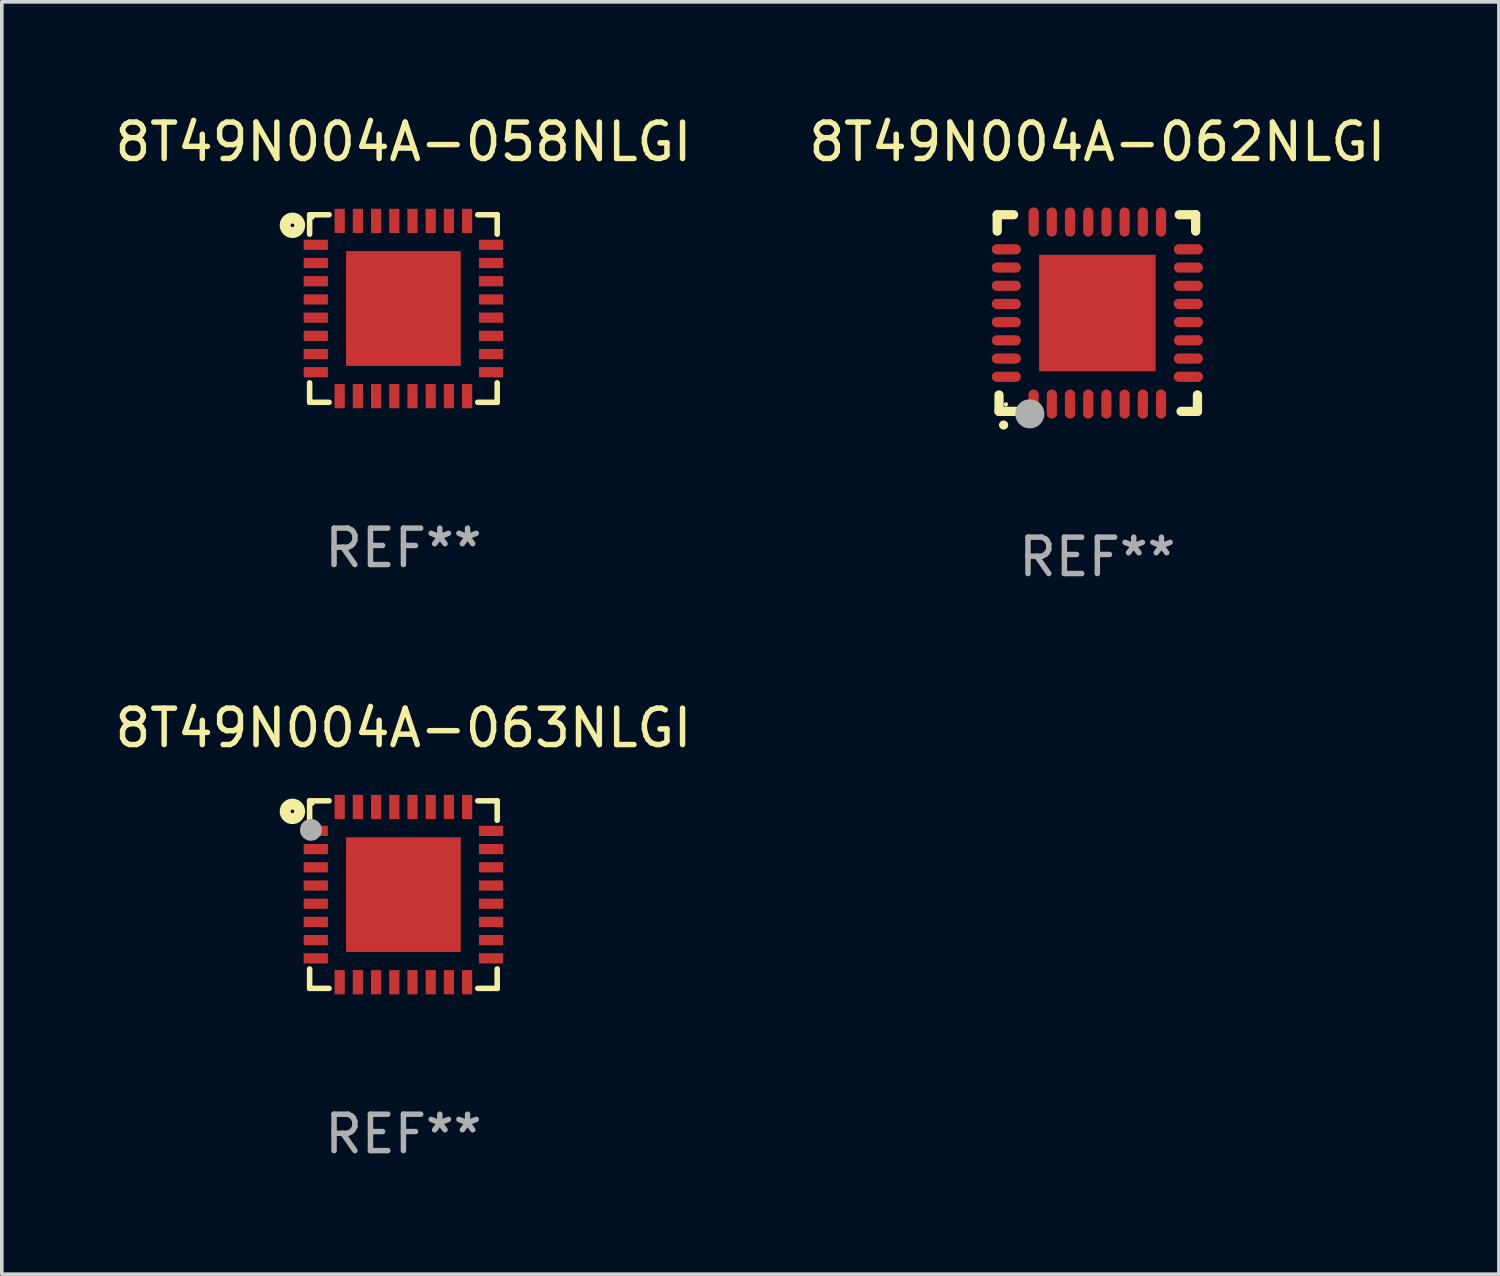
<source format=kicad_pcb>
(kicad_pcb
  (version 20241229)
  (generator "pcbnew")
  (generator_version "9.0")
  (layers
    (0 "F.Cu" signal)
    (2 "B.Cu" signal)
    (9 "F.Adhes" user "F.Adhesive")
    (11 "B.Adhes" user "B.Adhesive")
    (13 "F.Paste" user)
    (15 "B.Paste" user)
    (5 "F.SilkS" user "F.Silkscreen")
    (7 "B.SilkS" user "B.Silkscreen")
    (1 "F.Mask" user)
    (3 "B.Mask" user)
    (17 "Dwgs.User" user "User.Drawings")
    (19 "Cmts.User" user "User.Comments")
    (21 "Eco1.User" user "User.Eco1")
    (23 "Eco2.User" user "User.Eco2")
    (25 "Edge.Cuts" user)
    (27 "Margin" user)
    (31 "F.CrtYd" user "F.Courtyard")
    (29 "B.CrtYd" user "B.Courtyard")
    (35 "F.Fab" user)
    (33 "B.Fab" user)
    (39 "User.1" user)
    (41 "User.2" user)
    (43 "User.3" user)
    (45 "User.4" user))
  (footprint "8T49N004A-063NLGI"
    (layer "F.Cu")
    (at 8.03 21.521)
    (property "Reference" "8T49N004A-063NLGI" (at 0 -4.576 0) (layer "F.SilkS") (effects (font (size 1 1) (thickness 0.15))))
    (attr through_hole)
    (fp_line (start -2.576 -2.576) (end -2.042 -2.576) (stroke (width 0.152) (type solid)) (layer "F.SilkS"))
    (fp_line (start -2.576 -2.042) (end -2.576 -2.576) (stroke (width 0.152) (type solid)) (layer "F.SilkS"))
    (fp_line (start -2.576 2.042) (end -2.576 2.576) (stroke (width 0.152) (type solid)) (layer "F.SilkS"))
    (fp_line (start -2.576 2.576) (end -2.042 2.576) (stroke (width 0.152) (type solid)) (layer "F.SilkS"))
    (fp_line (start 2.576 -2.576) (end 2.042 -2.576) (stroke (width 0.152) (type solid)) (layer "F.SilkS"))
    (fp_line (start 2.576 -2.042) (end 2.576 -2.576) (stroke (width 0.152) (type solid)) (layer "F.SilkS"))
    (fp_line (start 2.576 2.042) (end 2.576 2.576) (stroke (width 0.152) (type solid)) (layer "F.SilkS"))
    (fp_line (start 2.576 2.576) (end 2.042 2.576) (stroke (width 0.152) (type solid)) (layer "F.SilkS"))
    (fp_circle (center -3.048 -2.286) (end -2.848 -2.286) (stroke (width 0.3) (type solid)) (fill no) (layer "F.SilkS"))
    (fp_circle (center -2.5 -2.5) (end -2.47 -2.5) (stroke (width 0.06) (type solid)) (fill no) (layer "F.SilkS"))
    (fp_circle (center -2.54 -1.778) (end -2.39 -1.778) (stroke (width 0.3) (type solid)) (fill no) (layer "F.Fab"))
    (fp_text user "REF**" (at 0 6.576 0) (layer "F.Fab") (effects (font (size 1 1) (thickness 0.15))))
    (pad "1" smd rect (at -2.407 -1.75) (size 0.665 0.28) (layers "F.Cu" "F.Mask" "F.Paste"))
    (pad "2" smd rect (at -2.407 -1.25) (size 0.665 0.28) (layers "F.Cu" "F.Mask" "F.Paste"))
    (pad "3" smd rect (at -2.407 -0.75) (size 0.665 0.28) (layers "F.Cu" "F.Mask" "F.Paste"))
    (pad "4" smd rect (at -2.407 -0.25) (size 0.665 0.28) (layers "F.Cu" "F.Mask" "F.Paste"))
    (pad "5" smd rect (at -2.407 0.25) (size 0.665 0.28) (layers "F.Cu" "F.Mask" "F.Paste"))
    (pad "6" smd rect (at -2.407 0.75) (size 0.665 0.28) (layers "F.Cu" "F.Mask" "F.Paste"))
    (pad "7" smd rect (at -2.407 1.25) (size 0.665 0.28) (layers "F.Cu" "F.Mask" "F.Paste"))
    (pad "8" smd rect (at -2.407 1.75) (size 0.665 0.28) (layers "F.Cu" "F.Mask" "F.Paste"))
    (pad "9" smd rect (at -1.75 2.407) (size 0.28 0.665) (layers "F.Cu" "F.Mask" "F.Paste"))
    (pad "10" smd rect (at -1.25 2.407) (size 0.28 0.665) (layers "F.Cu" "F.Mask" "F.Paste"))
    (pad "11" smd rect (at -0.75 2.407) (size 0.28 0.665) (layers "F.Cu" "F.Mask" "F.Paste"))
    (pad "12" smd rect (at -0.25 2.407) (size 0.28 0.665) (layers "F.Cu" "F.Mask" "F.Paste"))
    (pad "13" smd rect (at 0.25 2.407) (size 0.28 0.665) (layers "F.Cu" "F.Mask" "F.Paste"))
    (pad "14" smd rect (at 0.75 2.407) (size 0.28 0.665) (layers "F.Cu" "F.Mask" "F.Paste"))
    (pad "15" smd rect (at 1.25 2.407) (size 0.28 0.665) (layers "F.Cu" "F.Mask" "F.Paste"))
    (pad "16" smd rect (at 1.75 2.407) (size 0.28 0.665) (layers "F.Cu" "F.Mask" "F.Paste"))
    (pad "17" smd rect (at 2.407 1.75) (size 0.665 0.28) (layers "F.Cu" "F.Mask" "F.Paste"))
    (pad "18" smd rect (at 2.407 1.25) (size 0.665 0.28) (layers "F.Cu" "F.Mask" "F.Paste"))
    (pad "19" smd rect (at 2.407 0.75) (size 0.665 0.28) (layers "F.Cu" "F.Mask" "F.Paste"))
    (pad "20" smd rect (at 2.407 0.25) (size 0.665 0.28) (layers "F.Cu" "F.Mask" "F.Paste"))
    (pad "21" smd rect (at 2.407 -0.25) (size 0.665 0.28) (layers "F.Cu" "F.Mask" "F.Paste"))
    (pad "22" smd rect (at 2.407 -0.75) (size 0.665 0.28) (layers "F.Cu" "F.Mask" "F.Paste"))
    (pad "23" smd rect (at 2.407 -1.25) (size 0.665 0.28) (layers "F.Cu" "F.Mask" "F.Paste"))
    (pad "24" smd rect (at 2.407 -1.75) (size 0.665 0.28) (layers "F.Cu" "F.Mask" "F.Paste"))
    (pad "25" smd rect (at 1.75 -2.407) (size 0.28 0.665) (layers "F.Cu" "F.Mask" "F.Paste"))
    (pad "26" smd rect (at 1.25 -2.407) (size 0.28 0.665) (layers "F.Cu" "F.Mask" "F.Paste"))
    (pad "27" smd rect (at 0.75 -2.407) (size 0.28 0.665) (layers "F.Cu" "F.Mask" "F.Paste"))
    (pad "28" smd rect (at 0.25 -2.407) (size 0.28 0.665) (layers "F.Cu" "F.Mask" "F.Paste"))
    (pad "29" smd rect (at -0.25 -2.407) (size 0.28 0.665) (layers "F.Cu" "F.Mask" "F.Paste"))
    (pad "30" smd rect (at -0.75 -2.407) (size 0.28 0.665) (layers "F.Cu" "F.Mask" "F.Paste"))
    (pad "31" smd rect (at -1.25 -2.407) (size 0.28 0.665) (layers "F.Cu" "F.Mask" "F.Paste"))
    (pad "32" smd rect (at -1.75 -2.407) (size 0.28 0.665) (layers "F.Cu" "F.Mask" "F.Paste"))
    (pad "33" smd rect (at 0 0) (size 3.15 3.15) (layers "F.Cu" "F.Mask" "F.Paste")))
  (footprint "8T49N004A-062NLGI"
    (layer "F.Cu")
    (at 27.089 5.548)
    (property "Reference" "8T49N004A-062NLGI" (at 0 -4.7 0) (layer "F.SilkS") (effects (font (size 1 1) (thickness 0.15))))
    (attr through_hole)
    (fp_line (start -2.75 -2.7) (end -2.75 -2.25) (stroke (width 0.254) (type solid)) (layer "F.SilkS"))
    (fp_line (start -2.7 2.7) (end -2.7 2.25) (stroke (width 0.254) (type solid)) (layer "F.SilkS"))
    (fp_line (start -2.3 -2.7) (end -2.75 -2.7) (stroke (width 0.254) (type solid)) (layer "F.SilkS"))
    (fp_line (start -2.25 2.7) (end -2.7 2.7) (stroke (width 0.254) (type solid)) (layer "F.SilkS"))
    (fp_line (start 2.3 2.7) (end 2.75 2.7) (stroke (width 0.254) (type solid)) (layer "F.SilkS"))
    (fp_line (start 2.7 -2.7) (end 2.25 -2.7) (stroke (width 0.254) (type solid)) (layer "F.SilkS"))
    (fp_line (start 2.7 -2.25) (end 2.7 -2.7) (stroke (width 0.254) (type solid)) (layer "F.SilkS"))
    (fp_line (start 2.75 2.7) (end 2.75 2.25) (stroke (width 0.254) (type solid)) (layer "F.SilkS"))
    (fp_arc (start -2.575565 3.075946) (mid -2.574295 3.07594) (end -2.573025 3.075946) (stroke (width 0.25) (type solid)) (layer "F.SilkS"))
    (fp_circle (center -2.51 2.51) (end -2.48 2.51) (stroke (width 0.06) (type solid)) (fill no) (layer "F.SilkS"))
    (fp_circle (center -1.854 2.769) (end -1.654 2.769) (stroke (width 0.4) (type solid)) (fill no) (layer "F.Fab"))
    (fp_text user "REF**" (at 0 6.7 0) (layer "F.Fab") (effects (font (size 1 1) (thickness 0.15))))
    (pad "1" smd oval (at -1.75 2.5) (size 0.28 0.8) (layers "F.Cu" "F.Mask" "F.Paste"))
    (pad "2" smd oval (at -1.25 2.5) (size 0.28 0.8) (layers "F.Cu" "F.Mask" "F.Paste"))
    (pad "3" smd oval (at -0.75 2.5) (size 0.28 0.8) (layers "F.Cu" "F.Mask" "F.Paste"))
    (pad "4" smd oval (at -0.25 2.5) (size 0.28 0.8) (layers "F.Cu" "F.Mask" "F.Paste"))
    (pad "5" smd oval (at 0.25 2.5) (size 0.28 0.8) (layers "F.Cu" "F.Mask" "F.Paste"))
    (pad "6" smd oval (at 0.75 2.5) (size 0.28 0.8) (layers "F.Cu" "F.Mask" "F.Paste"))
    (pad "7" smd oval (at 1.25 2.5) (size 0.28 0.8) (layers "F.Cu" "F.Mask" "F.Paste"))
    (pad "8" smd oval (at 1.75 2.5) (size 0.28 0.8) (layers "F.Cu" "F.Mask" "F.Paste"))
    (pad "9" smd oval (at 2.5 1.75 90) (size 0.28 0.8) (layers "F.Cu" "F.Mask" "F.Paste"))
    (pad "10" smd oval (at 2.5 1.25 90) (size 0.28 0.8) (layers "F.Cu" "F.Mask" "F.Paste"))
    (pad "11" smd oval (at 2.5 0.75 90) (size 0.28 0.8) (layers "F.Cu" "F.Mask" "F.Paste"))
    (pad "12" smd oval (at 2.5 0.25 90) (size 0.28 0.8) (layers "F.Cu" "F.Mask" "F.Paste"))
    (pad "13" smd oval (at 2.5 -0.25 90) (size 0.28 0.8) (layers "F.Cu" "F.Mask" "F.Paste"))
    (pad "14" smd oval (at 2.5 -0.75 90) (size 0.28 0.8) (layers "F.Cu" "F.Mask" "F.Paste"))
    (pad "15" smd oval (at 2.5 -1.25 90) (size 0.28 0.8) (layers "F.Cu" "F.Mask" "F.Paste"))
    (pad "16" smd oval (at 2.5 -1.75 90) (size 0.28 0.8) (layers "F.Cu" "F.Mask" "F.Paste"))
    (pad "17" smd oval (at 1.75 -2.5 180) (size 0.28 0.8) (layers "F.Cu" "F.Mask" "F.Paste"))
    (pad "18" smd oval (at 1.25 -2.5 180) (size 0.28 0.8) (layers "F.Cu" "F.Mask" "F.Paste"))
    (pad "19" smd oval (at 0.75 -2.5 180) (size 0.28 0.8) (layers "F.Cu" "F.Mask" "F.Paste"))
    (pad "20" smd oval (at 0.25 -2.5 180) (size 0.28 0.8) (layers "F.Cu" "F.Mask" "F.Paste"))
    (pad "21" smd oval (at -0.25 -2.5 180) (size 0.28 0.8) (layers "F.Cu" "F.Mask" "F.Paste"))
    (pad "22" smd oval (at -0.75 -2.5 180) (size 0.28 0.8) (layers "F.Cu" "F.Mask" "F.Paste"))
    (pad "23" smd oval (at -1.25 -2.5 180) (size 0.28 0.8) (layers "F.Cu" "F.Mask" "F.Paste"))
    (pad "24" smd oval (at -1.75 -2.5 180) (size 0.28 0.8) (layers "F.Cu" "F.Mask" "F.Paste"))
    (pad "25" smd oval (at -2.5 -1.75 270) (size 0.28 0.8) (layers "F.Cu" "F.Mask" "F.Paste"))
    (pad "26" smd oval (at -2.5 -1.25 270) (size 0.28 0.8) (layers "F.Cu" "F.Mask" "F.Paste"))
    (pad "27" smd oval (at -2.5 -0.75 270) (size 0.28 0.8) (layers "F.Cu" "F.Mask" "F.Paste"))
    (pad "28" smd oval (at -2.5 -0.25 270) (size 0.28 0.8) (layers "F.Cu" "F.Mask" "F.Paste"))
    (pad "29" smd oval (at -2.5 0.25 270) (size 0.28 0.8) (layers "F.Cu" "F.Mask" "F.Paste"))
    (pad "30" smd oval (at -2.5 0.75 270) (size 0.28 0.8) (layers "F.Cu" "F.Mask" "F.Paste"))
    (pad "31" smd oval (at -2.5 1.25 270) (size 0.28 0.8) (layers "F.Cu" "F.Mask" "F.Paste"))
    (pad "32" smd oval (at -2.5 1.75 270) (size 0.28 0.8) (layers "F.Cu" "F.Mask" "F.Paste"))
    (pad "33" smd rect (at 0.000076 0.000076) (size 3.2 3.2) (layers "F.Cu" "F.Mask" "F.Paste")))
  (footprint "8T49N004A-058NLGI"
    (layer "F.Cu")
    (at 8.03 5.424)
    (property "Reference" "8T49N004A-058NLGI" (at 0 -4.576 0) (layer "F.SilkS") (effects (font (size 1 1) (thickness 0.15))))
    (attr through_hole)
    (fp_line (start -2.576 -2.576) (end -2.042 -2.576) (stroke (width 0.152) (type solid)) (layer "F.SilkS"))
    (fp_line (start -2.576 -2.042) (end -2.576 -2.576) (stroke (width 0.152) (type solid)) (layer "F.SilkS"))
    (fp_line (start -2.576 2.042) (end -2.576 2.576) (stroke (width 0.152) (type solid)) (layer "F.SilkS"))
    (fp_line (start -2.576 2.576) (end -2.042 2.576) (stroke (width 0.152) (type solid)) (layer "F.SilkS"))
    (fp_line (start 2.576 -2.576) (end 2.042 -2.576) (stroke (width 0.152) (type solid)) (layer "F.SilkS"))
    (fp_line (start 2.576 -2.042) (end 2.576 -2.576) (stroke (width 0.152) (type solid)) (layer "F.SilkS"))
    (fp_line (start 2.576 2.042) (end 2.576 2.576) (stroke (width 0.152) (type solid)) (layer "F.SilkS"))
    (fp_line (start 2.576 2.576) (end 2.042 2.576) (stroke (width 0.152) (type solid)) (layer "F.SilkS"))
    (fp_circle (center -3.048 -2.286) (end -2.848 -2.286) (stroke (width 0.3) (type solid)) (fill no) (layer "F.SilkS"))
    (fp_circle (center -2.5 -2.5) (end -2.47 -2.5) (stroke (width 0.06) (type solid)) (fill no) (layer "F.SilkS"))
    (fp_text user "REF**" (at 0 6.576 0) (layer "F.Fab") (effects (font (size 1 1) (thickness 0.15))))
    (pad "1" smd rect (at -2.407 -1.75) (size 0.665 0.28) (layers "F.Cu" "F.Mask" "F.Paste"))
    (pad "2" smd rect (at -2.407 -1.25) (size 0.665 0.28) (layers "F.Cu" "F.Mask" "F.Paste"))
    (pad "3" smd rect (at -2.407 -0.75) (size 0.665 0.28) (layers "F.Cu" "F.Mask" "F.Paste"))
    (pad "4" smd rect (at -2.407 -0.25) (size 0.665 0.28) (layers "F.Cu" "F.Mask" "F.Paste"))
    (pad "5" smd rect (at -2.407 0.25) (size 0.665 0.28) (layers "F.Cu" "F.Mask" "F.Paste"))
    (pad "6" smd rect (at -2.407 0.75) (size 0.665 0.28) (layers "F.Cu" "F.Mask" "F.Paste"))
    (pad "7" smd rect (at -2.407 1.25) (size 0.665 0.28) (layers "F.Cu" "F.Mask" "F.Paste"))
    (pad "8" smd rect (at -2.407 1.75) (size 0.665 0.28) (layers "F.Cu" "F.Mask" "F.Paste"))
    (pad "9" smd rect (at -1.75 2.407) (size 0.28 0.665) (layers "F.Cu" "F.Mask" "F.Paste"))
    (pad "10" smd rect (at -1.25 2.407) (size 0.28 0.665) (layers "F.Cu" "F.Mask" "F.Paste"))
    (pad "11" smd rect (at -0.75 2.407) (size 0.28 0.665) (layers "F.Cu" "F.Mask" "F.Paste"))
    (pad "12" smd rect (at -0.25 2.407) (size 0.28 0.665) (layers "F.Cu" "F.Mask" "F.Paste"))
    (pad "13" smd rect (at 0.25 2.407) (size 0.28 0.665) (layers "F.Cu" "F.Mask" "F.Paste"))
    (pad "14" smd rect (at 0.75 2.407) (size 0.28 0.665) (layers "F.Cu" "F.Mask" "F.Paste"))
    (pad "15" smd rect (at 1.25 2.407) (size 0.28 0.665) (layers "F.Cu" "F.Mask" "F.Paste"))
    (pad "16" smd rect (at 1.75 2.407) (size 0.28 0.665) (layers "F.Cu" "F.Mask" "F.Paste"))
    (pad "17" smd rect (at 2.407 1.75) (size 0.665 0.28) (layers "F.Cu" "F.Mask" "F.Paste"))
    (pad "18" smd rect (at 2.407 1.25) (size 0.665 0.28) (layers "F.Cu" "F.Mask" "F.Paste"))
    (pad "19" smd rect (at 2.407 0.75) (size 0.665 0.28) (layers "F.Cu" "F.Mask" "F.Paste"))
    (pad "20" smd rect (at 2.407 0.25) (size 0.665 0.28) (layers "F.Cu" "F.Mask" "F.Paste"))
    (pad "21" smd rect (at 2.407 -0.25) (size 0.665 0.28) (layers "F.Cu" "F.Mask" "F.Paste"))
    (pad "22" smd rect (at 2.407 -0.75) (size 0.665 0.28) (layers "F.Cu" "F.Mask" "F.Paste"))
    (pad "23" smd rect (at 2.407 -1.25) (size 0.665 0.28) (layers "F.Cu" "F.Mask" "F.Paste"))
    (pad "24" smd rect (at 2.407 -1.75) (size 0.665 0.28) (layers "F.Cu" "F.Mask" "F.Paste"))
    (pad "25" smd rect (at 1.75 -2.407) (size 0.28 0.665) (layers "F.Cu" "F.Mask" "F.Paste"))
    (pad "26" smd rect (at 1.25 -2.407) (size 0.28 0.665) (layers "F.Cu" "F.Mask" "F.Paste"))
    (pad "27" smd rect (at 0.75 -2.407) (size 0.28 0.665) (layers "F.Cu" "F.Mask" "F.Paste"))
    (pad "28" smd rect (at 0.25 -2.407) (size 0.28 0.665) (layers "F.Cu" "F.Mask" "F.Paste"))
    (pad "29" smd rect (at -0.25 -2.407) (size 0.28 0.665) (layers "F.Cu" "F.Mask" "F.Paste"))
    (pad "30" smd rect (at -0.75 -2.407) (size 0.28 0.665) (layers "F.Cu" "F.Mask" "F.Paste"))
    (pad "31" smd rect (at -1.25 -2.407) (size 0.28 0.665) (layers "F.Cu" "F.Mask" "F.Paste"))
    (pad "32" smd rect (at -1.75 -2.407) (size 0.28 0.665) (layers "F.Cu" "F.Mask" "F.Paste"))
    (pad "33" smd rect (at 0 0) (size 3.15 3.15) (layers "F.Cu" "F.Mask" "F.Paste")))
  (gr_rect
    (start -3 -3)
    (end 38.119 31.945)
    (stroke (width 0.1) (type default))
    (fill no)
    (layer "Edge.Cuts")))
</source>
